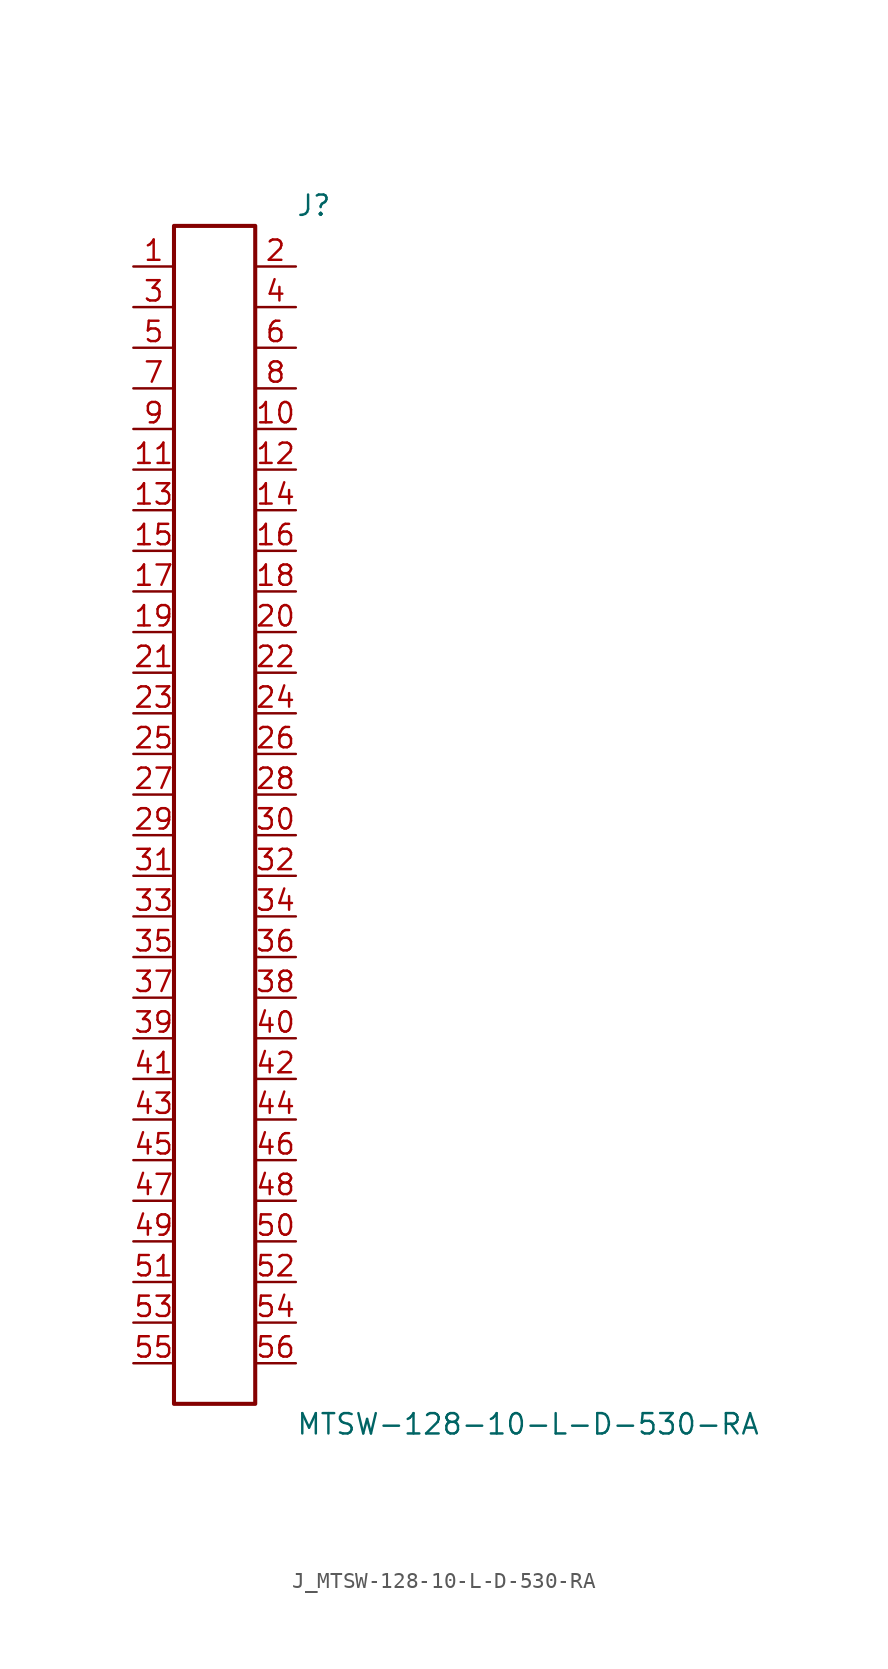
<source format=kicad_sym>
(kicad_symbol_lib
  (version 20231120)
  (generator kicad_symbol_editor)
  (generator_version 8.0)
  (symbol "J_MTSW-128-10-L-D-530-RA"
    (pin_names
      (offset 0.254))
    (property "Reference" "J"
      (at 5.08 38.1 0)
      (effects (font (size 1.27 1.27)) (justify left)))
    (property "Value" "MTSW-128-10-L-D-530-RA"
      (at 5.08 -38.1 0)
      (effects (font (size 1.27 1.27)) (justify left)))
    (symbol "J_MTSW-128-10-L-D-530-RA_0_0"
      (pin passive line (at -5.08 34.29 0) (length 2.54) (name "" (effects (font (size 1.27 1.27)))) (number "1" (effects (font (size 1.27 1.27)))))
      (pin passive line (at 5.08 34.29 180) (length 2.54) (name "" (effects (font (size 1.27 1.27)))) (number "2" (effects (font (size 1.27 1.27)))))
      (pin passive line (at -5.08 31.75 0) (length 2.54) (name "" (effects (font (size 1.27 1.27)))) (number "3" (effects (font (size 1.27 1.27)))))
      (pin passive line (at 5.08 31.75 180) (length 2.54) (name "" (effects (font (size 1.27 1.27)))) (number "4" (effects (font (size 1.27 1.27)))))
      (pin passive line (at -5.08 29.21 0) (length 2.54) (name "" (effects (font (size 1.27 1.27)))) (number "5" (effects (font (size 1.27 1.27)))))
      (pin passive line (at 5.08 29.21 180) (length 2.54) (name "" (effects (font (size 1.27 1.27)))) (number "6" (effects (font (size 1.27 1.27)))))
      (pin passive line (at -5.08 26.67 0) (length 2.54) (name "" (effects (font (size 1.27 1.27)))) (number "7" (effects (font (size 1.27 1.27)))))
      (pin passive line (at 5.08 26.67 180) (length 2.54) (name "" (effects (font (size 1.27 1.27)))) (number "8" (effects (font (size 1.27 1.27)))))
      (pin passive line (at -5.08 24.13 0) (length 2.54) (name "" (effects (font (size 1.27 1.27)))) (number "9" (effects (font (size 1.27 1.27)))))
      (pin passive line (at 5.08 24.13 180) (length 2.54) (name "" (effects (font (size 1.27 1.27)))) (number "10" (effects (font (size 1.27 1.27)))))
      (pin passive line (at -5.08 21.59 0) (length 2.54) (name "" (effects (font (size 1.27 1.27)))) (number "11" (effects (font (size 1.27 1.27)))))
      (pin passive line (at 5.08 21.59 180) (length 2.54) (name "" (effects (font (size 1.27 1.27)))) (number "12" (effects (font (size 1.27 1.27)))))
      (pin passive line (at -5.08 19.05 0) (length 2.54) (name "" (effects (font (size 1.27 1.27)))) (number "13" (effects (font (size 1.27 1.27)))))
      (pin passive line (at 5.08 19.05 180) (length 2.54) (name "" (effects (font (size 1.27 1.27)))) (number "14" (effects (font (size 1.27 1.27)))))
      (pin passive line (at -5.08 16.51 0) (length 2.54) (name "" (effects (font (size 1.27 1.27)))) (number "15" (effects (font (size 1.27 1.27)))))
      (pin passive line (at 5.08 16.51 180) (length 2.54) (name "" (effects (font (size 1.27 1.27)))) (number "16" (effects (font (size 1.27 1.27)))))
      (pin passive line (at -5.08 13.97 0) (length 2.54) (name "" (effects (font (size 1.27 1.27)))) (number "17" (effects (font (size 1.27 1.27)))))
      (pin passive line (at 5.08 13.97 180) (length 2.54) (name "" (effects (font (size 1.27 1.27)))) (number "18" (effects (font (size 1.27 1.27)))))
      (pin passive line (at -5.08 11.43 0) (length 2.54) (name "" (effects (font (size 1.27 1.27)))) (number "19" (effects (font (size 1.27 1.27)))))
      (pin passive line (at 5.08 11.43 180) (length 2.54) (name "" (effects (font (size 1.27 1.27)))) (number "20" (effects (font (size 1.27 1.27)))))
      (pin passive line (at -5.08 8.89 0) (length 2.54) (name "" (effects (font (size 1.27 1.27)))) (number "21" (effects (font (size 1.27 1.27)))))
      (pin passive line (at 5.08 8.89 180) (length 2.54) (name "" (effects (font (size 1.27 1.27)))) (number "22" (effects (font (size 1.27 1.27)))))
      (pin passive line (at -5.08 6.35 0) (length 2.54) (name "" (effects (font (size 1.27 1.27)))) (number "23" (effects (font (size 1.27 1.27)))))
      (pin passive line (at 5.08 6.35 180) (length 2.54) (name "" (effects (font (size 1.27 1.27)))) (number "24" (effects (font (size 1.27 1.27)))))
      (pin passive line (at -5.08 3.81 0) (length 2.54) (name "" (effects (font (size 1.27 1.27)))) (number "25" (effects (font (size 1.27 1.27)))))
      (pin passive line (at 5.08 3.81 180) (length 2.54) (name "" (effects (font (size 1.27 1.27)))) (number "26" (effects (font (size 1.27 1.27)))))
      (pin passive line (at -5.08 1.27 0) (length 2.54) (name "" (effects (font (size 1.27 1.27)))) (number "27" (effects (font (size 1.27 1.27)))))
      (pin passive line (at 5.08 1.27 180) (length 2.54) (name "" (effects (font (size 1.27 1.27)))) (number "28" (effects (font (size 1.27 1.27)))))
      (pin passive line (at -5.08 -1.27 0) (length 2.54) (name "" (effects (font (size 1.27 1.27)))) (number "29" (effects (font (size 1.27 1.27)))))
      (pin passive line (at 5.08 -1.27 180) (length 2.54) (name "" (effects (font (size 1.27 1.27)))) (number "30" (effects (font (size 1.27 1.27)))))
      (pin passive line (at -5.08 -3.81 0) (length 2.54) (name "" (effects (font (size 1.27 1.27)))) (number "31" (effects (font (size 1.27 1.27)))))
      (pin passive line (at 5.08 -3.81 180) (length 2.54) (name "" (effects (font (size 1.27 1.27)))) (number "32" (effects (font (size 1.27 1.27)))))
      (pin passive line (at -5.08 -6.35 0) (length 2.54) (name "" (effects (font (size 1.27 1.27)))) (number "33" (effects (font (size 1.27 1.27)))))
      (pin passive line (at 5.08 -6.35 180) (length 2.54) (name "" (effects (font (size 1.27 1.27)))) (number "34" (effects (font (size 1.27 1.27)))))
      (pin passive line (at -5.08 -8.89 0) (length 2.54) (name "" (effects (font (size 1.27 1.27)))) (number "35" (effects (font (size 1.27 1.27)))))
      (pin passive line (at 5.08 -8.89 180) (length 2.54) (name "" (effects (font (size 1.27 1.27)))) (number "36" (effects (font (size 1.27 1.27)))))
      (pin passive line (at -5.08 -11.43 0) (length 2.54) (name "" (effects (font (size 1.27 1.27)))) (number "37" (effects (font (size 1.27 1.27)))))
      (pin passive line (at 5.08 -11.43 180) (length 2.54) (name "" (effects (font (size 1.27 1.27)))) (number "38" (effects (font (size 1.27 1.27)))))
      (pin passive line (at -5.08 -13.97 0) (length 2.54) (name "" (effects (font (size 1.27 1.27)))) (number "39" (effects (font (size 1.27 1.27)))))
      (pin passive line (at 5.08 -13.97 180) (length 2.54) (name "" (effects (font (size 1.27 1.27)))) (number "40" (effects (font (size 1.27 1.27)))))
      (pin passive line (at -5.08 -16.51 0) (length 2.54) (name "" (effects (font (size 1.27 1.27)))) (number "41" (effects (font (size 1.27 1.27)))))
      (pin passive line (at 5.08 -16.51 180) (length 2.54) (name "" (effects (font (size 1.27 1.27)))) (number "42" (effects (font (size 1.27 1.27)))))
      (pin passive line (at -5.08 -19.05 0) (length 2.54) (name "" (effects (font (size 1.27 1.27)))) (number "43" (effects (font (size 1.27 1.27)))))
      (pin passive line (at 5.08 -19.05 180) (length 2.54) (name "" (effects (font (size 1.27 1.27)))) (number "44" (effects (font (size 1.27 1.27)))))
      (pin passive line (at -5.08 -21.59 0) (length 2.54) (name "" (effects (font (size 1.27 1.27)))) (number "45" (effects (font (size 1.27 1.27)))))
      (pin passive line (at 5.08 -21.59 180) (length 2.54) (name "" (effects (font (size 1.27 1.27)))) (number "46" (effects (font (size 1.27 1.27)))))
      (pin passive line (at -5.08 -24.13 0) (length 2.54) (name "" (effects (font (size 1.27 1.27)))) (number "47" (effects (font (size 1.27 1.27)))))
      (pin passive line (at 5.08 -24.13 180) (length 2.54) (name "" (effects (font (size 1.27 1.27)))) (number "48" (effects (font (size 1.27 1.27)))))
      (pin passive line (at -5.08 -26.67 0) (length 2.54) (name "" (effects (font (size 1.27 1.27)))) (number "49" (effects (font (size 1.27 1.27)))))
      (pin passive line (at 5.08 -26.67 180) (length 2.54) (name "" (effects (font (size 1.27 1.27)))) (number "50" (effects (font (size 1.27 1.27)))))
      (pin passive line (at -5.08 -29.21 0) (length 2.54) (name "" (effects (font (size 1.27 1.27)))) (number "51" (effects (font (size 1.27 1.27)))))
      (pin passive line (at 5.08 -29.21 180) (length 2.54) (name "" (effects (font (size 1.27 1.27)))) (number "52" (effects (font (size 1.27 1.27)))))
      (pin passive line (at -5.08 -31.75 0) (length 2.54) (name "" (effects (font (size 1.27 1.27)))) (number "53" (effects (font (size 1.27 1.27)))))
      (pin passive line (at 5.08 -31.75 180) (length 2.54) (name "" (effects (font (size 1.27 1.27)))) (number "54" (effects (font (size 1.27 1.27)))))
      (pin passive line (at -5.08 -34.29 0) (length 2.54) (name "" (effects (font (size 1.27 1.27)))) (number "55" (effects (font (size 1.27 1.27)))))
      (pin passive line (at 5.08 -34.29 180) (length 2.54) (name "" (effects (font (size 1.27 1.27)))) (number "56" (effects (font (size 1.27 1.27))))))
    (symbol "J_MTSW-128-10-L-D-530-RA_1_0"
      (rectangle (start -2.54 36.83) (end 2.54 -36.83) (stroke (width 0.254) (type solid)) (fill (type none))))))
</source>
